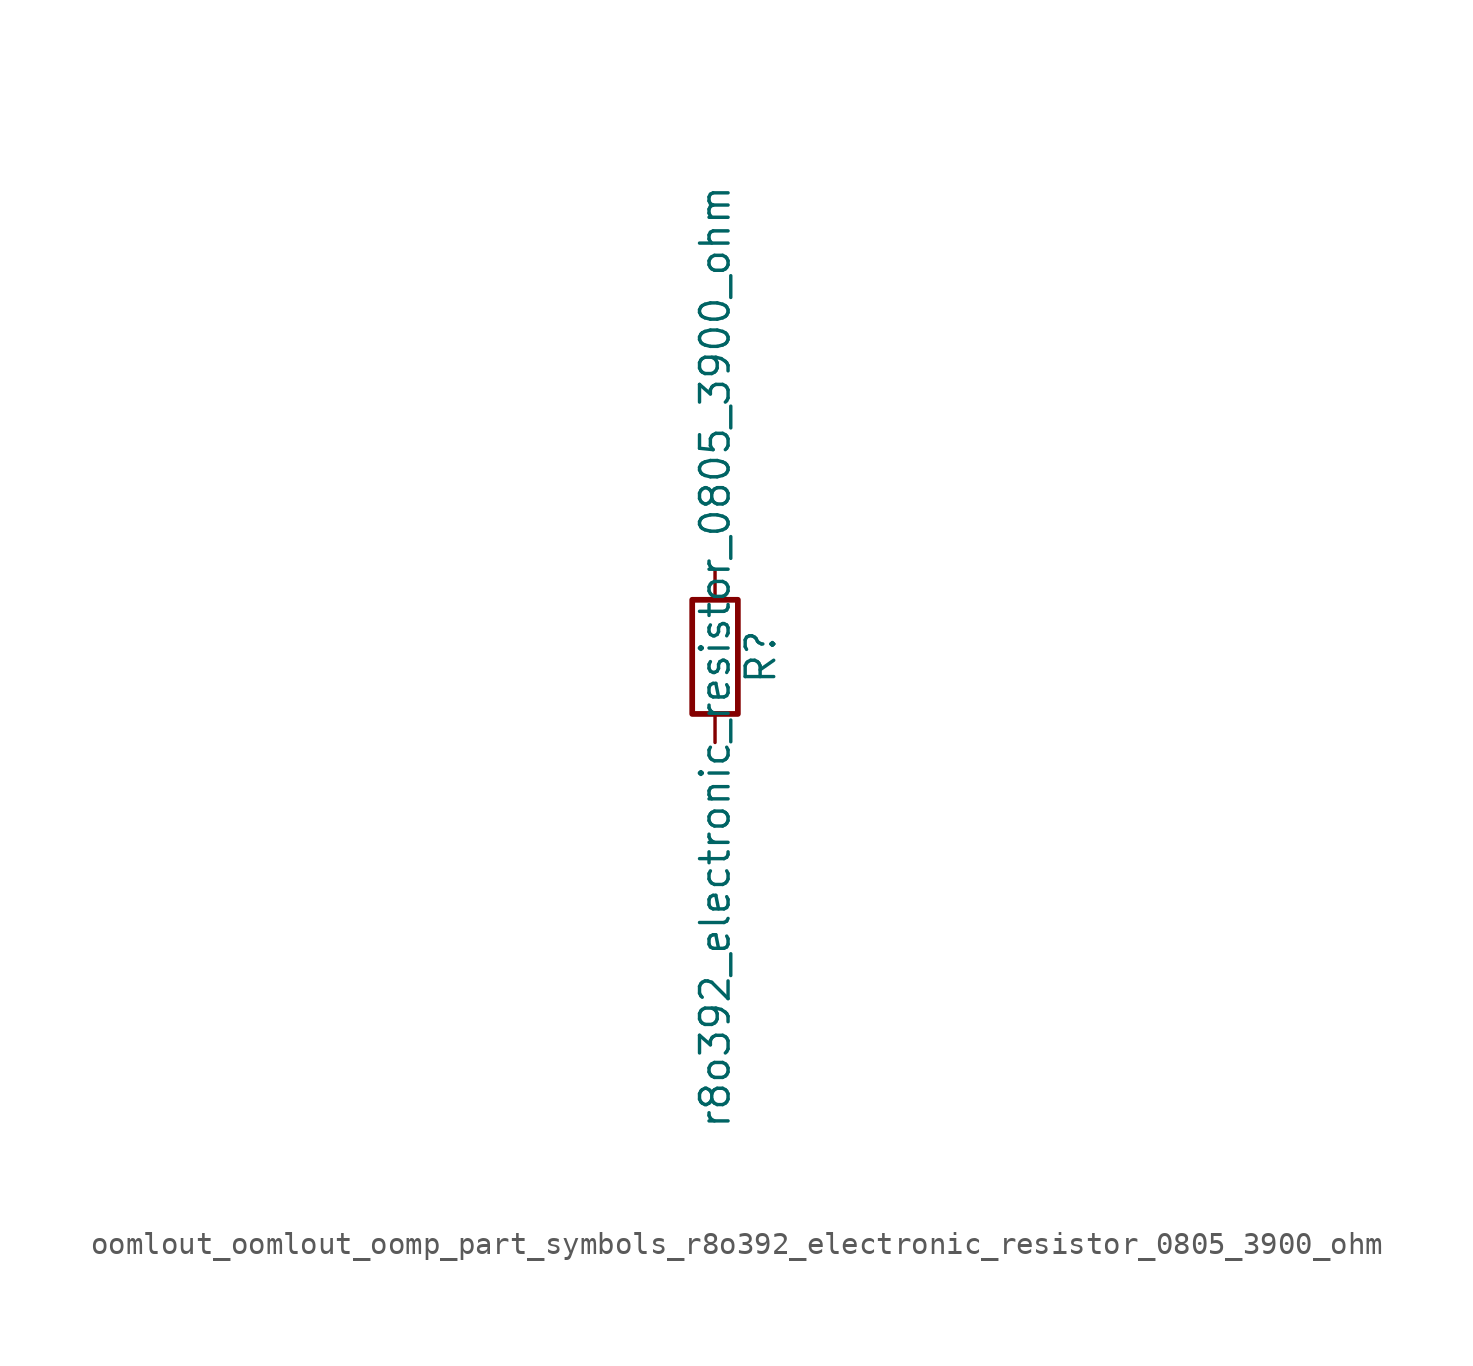
<source format=kicad_sym>
(kicad_symbol_lib
  (version 20220914)
  (generator kicad_symbol_editor)
  (symbol "oomlout_oomlout_oomp_part_symbols_r8o392_electronic_resistor_0805_3900_ohm"
    (pin_numbers hide)
    (pin_names
      (offset 0))
    (property "Reference" "R"
      (at 2.032 0 90)
      (effects (font (size 1.27 1.27))))
    (property "Value" "r8o392_electronic_resistor_0805_3900_ohm"
      (at 0 0 90)
      (effects (font (size 1.27 1.27))))
    (symbol "oomlout_oomlout_oomp_part_symbols_r8o392_electronic_resistor_0805_3900_ohm_0_1"
      (rectangle (start -1.016 -2.54) (end 1.016 2.54) (stroke (width 0.254) (type default)) (fill (type none))))
    (symbol "oomlout_oomlout_oomp_part_symbols_r8o392_electronic_resistor_0805_3900_ohm_1_1"
      (pin passive line (at 0 3.81 270) (length 1.27) (name "~" (effects (font (size 1.27 1.27)))) (number "1" (effects (font (size 1.27 1.27)))))
      (pin passive line (at 0 -3.81 90) (length 1.27) (name "~" (effects (font (size 1.27 1.27)))) (number "2" (effects (font (size 1.27 1.27))))))))
</source>
